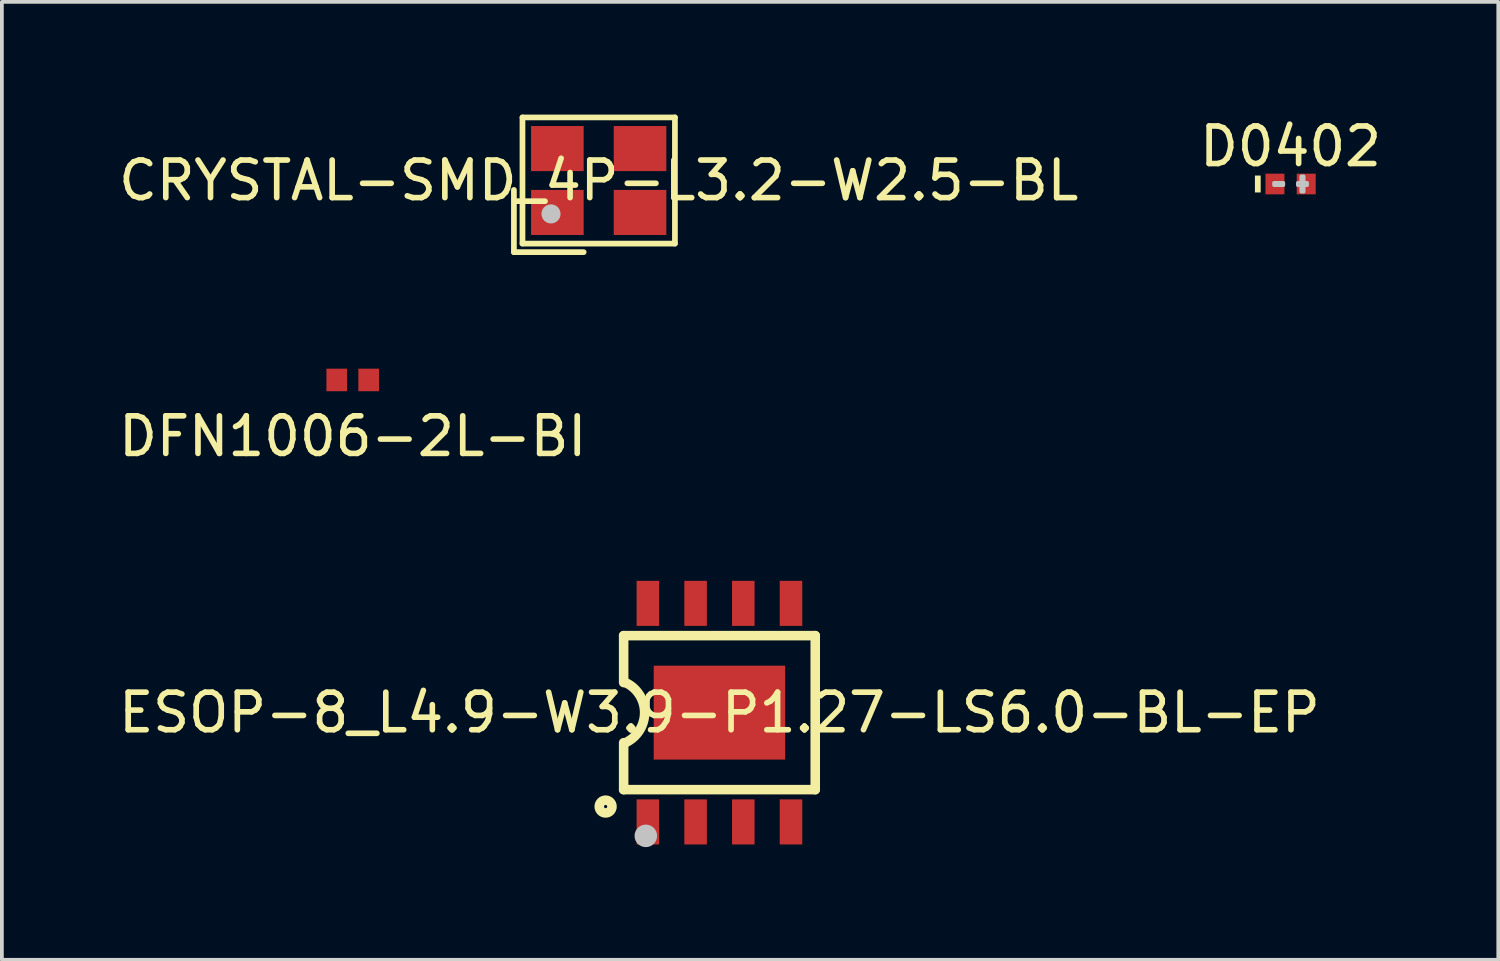
<source format=kicad_pcb>
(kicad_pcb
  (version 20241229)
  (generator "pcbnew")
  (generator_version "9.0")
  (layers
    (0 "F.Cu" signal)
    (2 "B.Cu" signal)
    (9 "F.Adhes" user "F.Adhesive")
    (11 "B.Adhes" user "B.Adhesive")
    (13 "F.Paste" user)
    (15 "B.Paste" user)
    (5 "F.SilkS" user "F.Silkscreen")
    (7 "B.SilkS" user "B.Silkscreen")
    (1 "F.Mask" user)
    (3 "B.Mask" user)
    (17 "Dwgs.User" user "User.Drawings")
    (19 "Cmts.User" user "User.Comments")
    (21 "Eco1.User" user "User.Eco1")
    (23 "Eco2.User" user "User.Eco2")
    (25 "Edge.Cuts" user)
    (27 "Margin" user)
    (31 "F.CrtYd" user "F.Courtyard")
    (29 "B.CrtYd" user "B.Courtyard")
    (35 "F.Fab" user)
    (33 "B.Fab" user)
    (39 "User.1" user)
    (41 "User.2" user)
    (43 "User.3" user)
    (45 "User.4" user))
  (footprint "ESOP-8_L4.9-W3.9-P1.27-LS6.0-BL-EP"
    (layer "F.Cu")
    (at 16.101 15.92)
    (property "Reference" "ESOP-8_L4.9-W3.9-P1.27-LS6.0-BL-EP" (at 0 0 0) (layer "F.SilkS") (effects (font (size 1 1) (thickness 0.15))))
    (fp_line (start -2.55 -2.05) (end 2.55 -2.05) (stroke (width 0.254) (type default)) (layer "F.SilkS"))
    (fp_line (start -2.55 -0.8) (end -2.55 -2.05) (stroke (width 0.254) (type default)) (layer "F.SilkS"))
    (fp_line (start -2.55 0.8) (end -2.55 2.05) (stroke (width 0.254) (type default)) (layer "F.SilkS"))
    (fp_line (start 2.55 -2.05) (end 2.55 2.05) (stroke (width 0.254) (type default)) (layer "F.SilkS"))
    (fp_line (start 2.55 2.05) (end -2.55 2.05) (stroke (width 0.254) (type default)) (layer "F.SilkS"))
    (fp_arc (start -2.5 -0.8) (mid -1.99147 0) (end -2.5 0.8) (stroke (width 0.254) (type default)) (layer "F.SilkS"))
    (fp_circle (center -3.03 2.5) (end -2.86 2.5) (stroke (width 0.254) (type default)) (fill no) (layer "F.SilkS"))
    (fp_circle (center -1.96 3.28) (end -1.81 3.28) (stroke (width 0.3) (type default)) (fill no) (layer "Dwgs.User"))
    (fp_poly (pts (xy -2.105 -2.3) (xy -2.105 -2.95) (xy -1.705 -2.95) (xy -1.705 -2.3)) (stroke (width 0.1) (type default)) (fill no) (layer "User.1"))
    (fp_poly (pts (xy -2.105 -1.94) (xy -2.105 -2.31) (xy -1.705 -2.31) (xy -1.705 -1.94)) (stroke (width 0.1) (type default)) (fill no) (layer "User.1"))
    (fp_poly (pts (xy -2.105 2.31) (xy -2.105 1.94) (xy -1.705 1.94) (xy -1.705 2.31)) (stroke (width 0.1) (type default)) (fill no) (layer "User.1"))
    (fp_poly (pts (xy -2.105 2.95) (xy -2.105 2.3) (xy -1.705 2.3) (xy -1.705 2.95)) (stroke (width 0.1) (type default)) (fill no) (layer "User.1"))
    (fp_poly (pts (xy -0.835 -2.3) (xy -0.835 -2.95) (xy -0.435 -2.95) (xy -0.435 -2.3)) (stroke (width 0.1) (type default)) (fill no) (layer "User.1"))
    (fp_poly (pts (xy -0.835 -1.94) (xy -0.835 -2.31) (xy -0.435 -2.31) (xy -0.435 -1.94)) (stroke (width 0.1) (type default)) (fill no) (layer "User.1"))
    (fp_poly (pts (xy -0.835 2.31) (xy -0.835 1.94) (xy -0.435 1.94) (xy -0.435 2.31)) (stroke (width 0.1) (type default)) (fill no) (layer "User.1"))
    (fp_poly (pts (xy -0.835 2.95) (xy -0.835 2.3) (xy -0.435 2.3) (xy -0.435 2.95)) (stroke (width 0.1) (type default)) (fill no) (layer "User.1"))
    (fp_poly (pts (xy 0.435 -2.3) (xy 0.435 -2.95) (xy 0.835 -2.95) (xy 0.835 -2.3)) (stroke (width 0.1) (type default)) (fill no) (layer "User.1"))
    (fp_poly (pts (xy 0.435 -1.94) (xy 0.435 -2.31) (xy 0.835 -2.31) (xy 0.835 -1.94)) (stroke (width 0.1) (type default)) (fill no) (layer "User.1"))
    (fp_poly (pts (xy 0.435 2.31) (xy 0.435 1.94) (xy 0.835 1.94) (xy 0.835 2.31)) (stroke (width 0.1) (type default)) (fill no) (layer "User.1"))
    (fp_poly (pts (xy 0.435 2.95) (xy 0.435 2.3) (xy 0.835 2.3) (xy 0.835 2.95)) (stroke (width 0.1) (type default)) (fill no) (layer "User.1"))
    (fp_poly (pts (xy 1.65 1.14) (xy -1.65 1.14) (xy -1.65 -1.14) (xy 1.65 -1.14)) (stroke (width 0.1) (type default)) (fill no) (layer "User.1"))
    (fp_poly (pts (xy 1.705 -2.3) (xy 1.705 -2.95) (xy 2.105 -2.95) (xy 2.105 -2.3)) (stroke (width 0.1) (type default)) (fill no) (layer "User.1"))
    (fp_poly (pts (xy 1.705 -1.94) (xy 1.705 -2.31) (xy 2.105 -2.31) (xy 2.105 -1.94)) (stroke (width 0.1) (type default)) (fill no) (layer "User.1"))
    (fp_poly (pts (xy 1.705 2.31) (xy 1.705 1.94) (xy 2.105 1.94) (xy 2.105 2.31)) (stroke (width 0.1) (type default)) (fill no) (layer "User.1"))
    (fp_poly (pts (xy 1.705 2.95) (xy 1.705 2.3) (xy 2.105 2.3) (xy 2.105 2.95)) (stroke (width 0.1) (type default)) (fill no) (layer "User.1"))
    (fp_line (start -2.45 -1.95) (end 2.45 -1.95) (stroke (width 0.051) (type default)) (layer "User.2"))
    (fp_line (start -2.45 1.95) (end -2.45 -1.95) (stroke (width 0.051) (type default)) (layer "User.2"))
    (fp_line (start 2.45 -1.95) (end 2.45 1.95) (stroke (width 0.051) (type default)) (layer "User.2"))
    (fp_line (start 2.45 1.95) (end -2.45 1.95) (stroke (width 0.051) (type default)) (layer "User.2"))
    (fp_poly (pts (xy -2.394 2.95) (xy -2.412 2.908) (xy -2.454 2.89) (xy -2.496 2.908) (xy -2.514 2.95) (xy -2.496 2.992) (xy -2.454 3.01) (xy -2.412 2.992)) (stroke (width 0.1) (type default)) (fill no) (layer "User.3"))
    (pad "1" smd rect (at -1.905 2.909) (size 0.6 1.2) (layers "F.Cu" "F.Mask" "F.Paste"))
    (pad "2" smd rect (at -0.635 2.909) (size 0.6 1.2) (layers "F.Cu" "F.Mask" "F.Paste"))
    (pad "3" smd rect (at 0.635 2.909) (size 0.6 1.2) (layers "F.Cu" "F.Mask" "F.Paste"))
    (pad "4" smd rect (at 1.905 2.909) (size 0.6 1.2) (layers "F.Cu" "F.Mask" "F.Paste"))
    (pad "5" smd rect (at 1.905 -2.909) (size 0.6 1.2) (layers "F.Cu" "F.Mask" "F.Paste"))
    (pad "6" smd rect (at 0.635 -2.909) (size 0.6 1.2) (layers "F.Cu" "F.Mask" "F.Paste"))
    (pad "7" smd rect (at -0.635 -2.909) (size 0.6 1.2) (layers "F.Cu" "F.Mask" "F.Paste"))
    (pad "8" smd rect (at -1.905 -2.909) (size 0.6 1.2) (layers "F.Cu" "F.Mask" "F.Paste"))
    (pad "9" smd rect (at 0 0 180) (size 3.5 2.5) (layers "F.Cu" "F.Mask" "F.Paste")))
  (footprint "D0402"
    (layer "F.Cu")
    (at 31.304 1.848)
    (property "Reference" "D0402" (at 0 -1 0) (layer "F.SilkS") (effects (font (size 1 1) (thickness 0.15))))
    (fp_poly (pts (xy -0.796 0.225) (xy -0.796 -0.225) (xy -0.949 -0.225) (xy -0.949 0.225)) (stroke (width 0) (type default)) (fill yes) (layer "F.SilkS"))
    (fp_poly (pts (xy -0.147 -0.234) (xy -0.147 0.234) (xy -0.189 0.276) (xy -0.628 0.276) (xy -0.669 0.234) (xy -0.669 -0.234) (xy -0.628 -0.276) (xy -0.189 -0.276)) (stroke (width 0) (type default)) (fill yes) (layer "F.Paste"))
    (fp_poly (pts (xy 0.147 -0.234) (xy 0.147 0.234) (xy 0.189 0.276) (xy 0.628 0.276) (xy 0.669 0.234) (xy 0.669 -0.234) (xy 0.628 -0.276) (xy 0.189 -0.276)) (stroke (width 0) (type default)) (fill yes) (layer "F.Paste"))
    (fp_poly (pts (xy -0.439 0.03) (xy -0.439 -0.03) (xy -0.194 -0.03) (xy -0.194 0.03)) (stroke (width 0.1) (type default)) (fill no) (layer "Dwgs.User"))
    (fp_poly (pts (xy 0.347 0.204) (xy 0.347 -0.204) (xy 0.286 -0.204) (xy 0.286 0.204)) (stroke (width 0.1) (type default)) (fill no) (layer "Dwgs.User"))
    (fp_poly (pts (xy 0.439 0.03) (xy 0.439 -0.03) (xy 0.194 -0.03) (xy 0.194 0.03)) (stroke (width 0.1) (type default)) (fill no) (layer "Dwgs.User"))
    (fp_poly (pts (xy -0.5 0.255) (xy -0.5 -0.255) (xy -0.26 -0.255) (xy -0.26 0.255)) (stroke (width 0.1) (type default)) (fill no) (layer "User.1"))
    (fp_poly (pts (xy 0.5 0.255) (xy 0.5 -0.255) (xy 0.26 -0.255) (xy 0.26 0.255)) (stroke (width 0.1) (type default)) (fill no) (layer "User.1"))
    (fp_line (start -0.5 -0.255) (end 0.5 -0.255) (stroke (width 0.051) (type default)) (layer "User.2"))
    (fp_line (start -0.5 0.255) (end -0.5 -0.255) (stroke (width 0.051) (type default)) (layer "User.2"))
    (fp_line (start 0.5 -0.255) (end 0.5 0.255) (stroke (width 0.051) (type default)) (layer "User.2"))
    (fp_line (start 0.5 0.255) (end -0.5 0.255) (stroke (width 0.051) (type default)) (layer "User.2"))
    (fp_poly (pts (xy -0.44 0.255) (xy -0.458 0.213) (xy -0.5 0.195) (xy -0.542 0.213) (xy -0.56 0.255) (xy -0.542 0.297) (xy -0.5 0.315) (xy -0.458 0.297)) (stroke (width 0.1) (type default)) (fill no) (layer "User.3"))
    (pad "1" smd rect (at -0.416 0) (size 0.505 0.551) (layers "F.Cu" "F.Mask" "F.Paste"))
    (pad "2" smd rect (at 0.416 0) (size 0.505 0.551) (layers "F.Cu" "F.Mask" "F.Paste")))
  (footprint "DFN1006-2L-BI"
    (layer "F.Cu")
    (at 6.339 7.064)
    (property "Reference" "DFN1006-2L-BI" (at 0 1.5 0) (layer "F.SilkS") (effects (font (size 1 1) (thickness 0.15))))
    (fp_poly (pts (xy -0.475 -0.254) (xy -0.225 -0.254) (xy -0.225 0.254) (xy -0.475 0.254)) (stroke (width 0.1) (type default)) (fill no) (layer "User.1"))
    (fp_poly (pts (xy 0.225 -0.254) (xy 0.475 -0.254) (xy 0.475 0.254) (xy 0.225 0.254)) (stroke (width 0.1) (type default)) (fill no) (layer "User.1"))
    (fp_line (start -0.5 -0.3) (end 0.5 -0.3) (stroke (width 0.051) (type default)) (layer "User.2"))
    (fp_line (start -0.5 0.3) (end -0.5 -0.3) (stroke (width 0.051) (type default)) (layer "User.2"))
    (fp_line (start 0.5 -0.3) (end 0.5 0.3) (stroke (width 0.051) (type default)) (layer "User.2"))
    (fp_line (start 0.5 0.3) (end -0.5 0.3) (stroke (width 0.051) (type default)) (layer "User.2"))
    (fp_poly (pts (xy -0.44 0.3) (xy -0.458 0.258) (xy -0.5 0.24) (xy -0.542 0.258) (xy -0.56 0.3) (xy -0.542 0.342) (xy -0.5 0.36) (xy -0.458 0.342)) (stroke (width 0.1) (type default)) (fill no) (layer "User.3"))
    (pad "1" smd rect (at -0.425 0) (size 0.55 0.6) (layers "F.Cu" "F.Mask" "F.Paste"))
    (pad "2" smd rect (at 0.425 0) (size 0.55 0.6) (layers "F.Cu" "F.Mask" "F.Paste")))
  (footprint "CRYSTAL-SMD_4P-L3.2-W2.5-BL"
    (layer "F.Cu")
    (at 12.887 1.755)
    (property "Reference" "CRYSTAL-SMD_4P-L3.2-W2.5-BL" (at 0 0 0) (layer "F.SilkS") (effects (font (size 1 1) (thickness 0.15))))
    (fp_line (start -2.257 0.25) (end -2.257 1.907) (stroke (width 0.152) (type default)) (layer "F.SilkS"))
    (fp_line (start -2.257 1.907) (end -0.4 1.907) (stroke (width 0.152) (type default)) (layer "F.SilkS"))
    (fp_line (start -2.029 -1.679) (end 2.029 -1.679) (stroke (width 0.152) (type default)) (layer "F.SilkS"))
    (fp_line (start -2.029 1.679) (end -2.029 -1.679) (stroke (width 0.152) (type default)) (layer "F.SilkS"))
    (fp_line (start 2.029 -1.679) (end 2.029 1.679) (stroke (width 0.152) (type default)) (layer "F.SilkS"))
    (fp_line (start 2.029 1.679) (end -2.029 1.679) (stroke (width 0.152) (type default)) (layer "F.SilkS"))
    (fp_circle (center -1.27 0.889) (end -1.143 0.889) (stroke (width 0.254) (type default)) (fill no) (layer "Dwgs.User"))
    (fp_poly (pts (xy -1.5 -1.15) (xy -0.6 -1.15) (xy -0.6 -0.35) (xy -1.5 -0.35)) (stroke (width 0.1) (type default)) (fill no) (layer "User.1"))
    (fp_poly (pts (xy -1.5 0.35) (xy -0.6 0.35) (xy -0.6 1.15) (xy -1.5 1.15)) (stroke (width 0.1) (type default)) (fill no) (layer "User.1"))
    (fp_poly (pts (xy 0.6 -1.15) (xy 1.5 -1.15) (xy 1.5 -0.35) (xy 0.6 -0.35)) (stroke (width 0.1) (type default)) (fill no) (layer "User.1"))
    (fp_poly (pts (xy 0.6 0.35) (xy 1.5 0.35) (xy 1.5 1.15) (xy 0.6 1.15)) (stroke (width 0.1) (type default)) (fill no) (layer "User.1"))
    (fp_line (start -1.6 -1.25) (end 1.6 -1.25) (stroke (width 0.051) (type default)) (layer "User.2"))
    (fp_line (start -1.6 1.25) (end -1.6 -1.25) (stroke (width 0.051) (type default)) (layer "User.2"))
    (fp_line (start 1.6 -1.25) (end 1.6 1.25) (stroke (width 0.051) (type default)) (layer "User.2"))
    (fp_line (start 1.6 1.25) (end -1.6 1.25) (stroke (width 0.051) (type default)) (layer "User.2"))
    (fp_poly (pts (xy -1.54 1.25) (xy -1.558 1.208) (xy -1.6 1.19) (xy -1.642 1.208) (xy -1.66 1.25) (xy -1.642 1.292) (xy -1.6 1.31) (xy -1.558 1.292)) (stroke (width 0.1) (type default)) (fill no) (layer "User.3"))
    (pad "1" smd rect (at -1.1 0.85) (size 1.4 1.2) (layers "F.Cu" "F.Mask" "F.Paste"))
    (pad "2" smd rect (at 1.1 0.85) (size 1.4 1.2) (layers "F.Cu" "F.Mask" "F.Paste"))
    (pad "3" smd rect (at 1.1 -0.85) (size 1.4 1.2) (layers "F.Cu" "F.Mask" "F.Paste"))
    (pad "4" smd rect (at -1.1 -0.85) (size 1.4 1.2) (layers "F.Cu" "F.Mask" "F.Paste")))
  (gr_rect
    (start -3 -3)
    (end 36.833 22.5)
    (stroke (width 0.1) (type default))
    (fill no)
    (layer "Edge.Cuts")))
</source>
